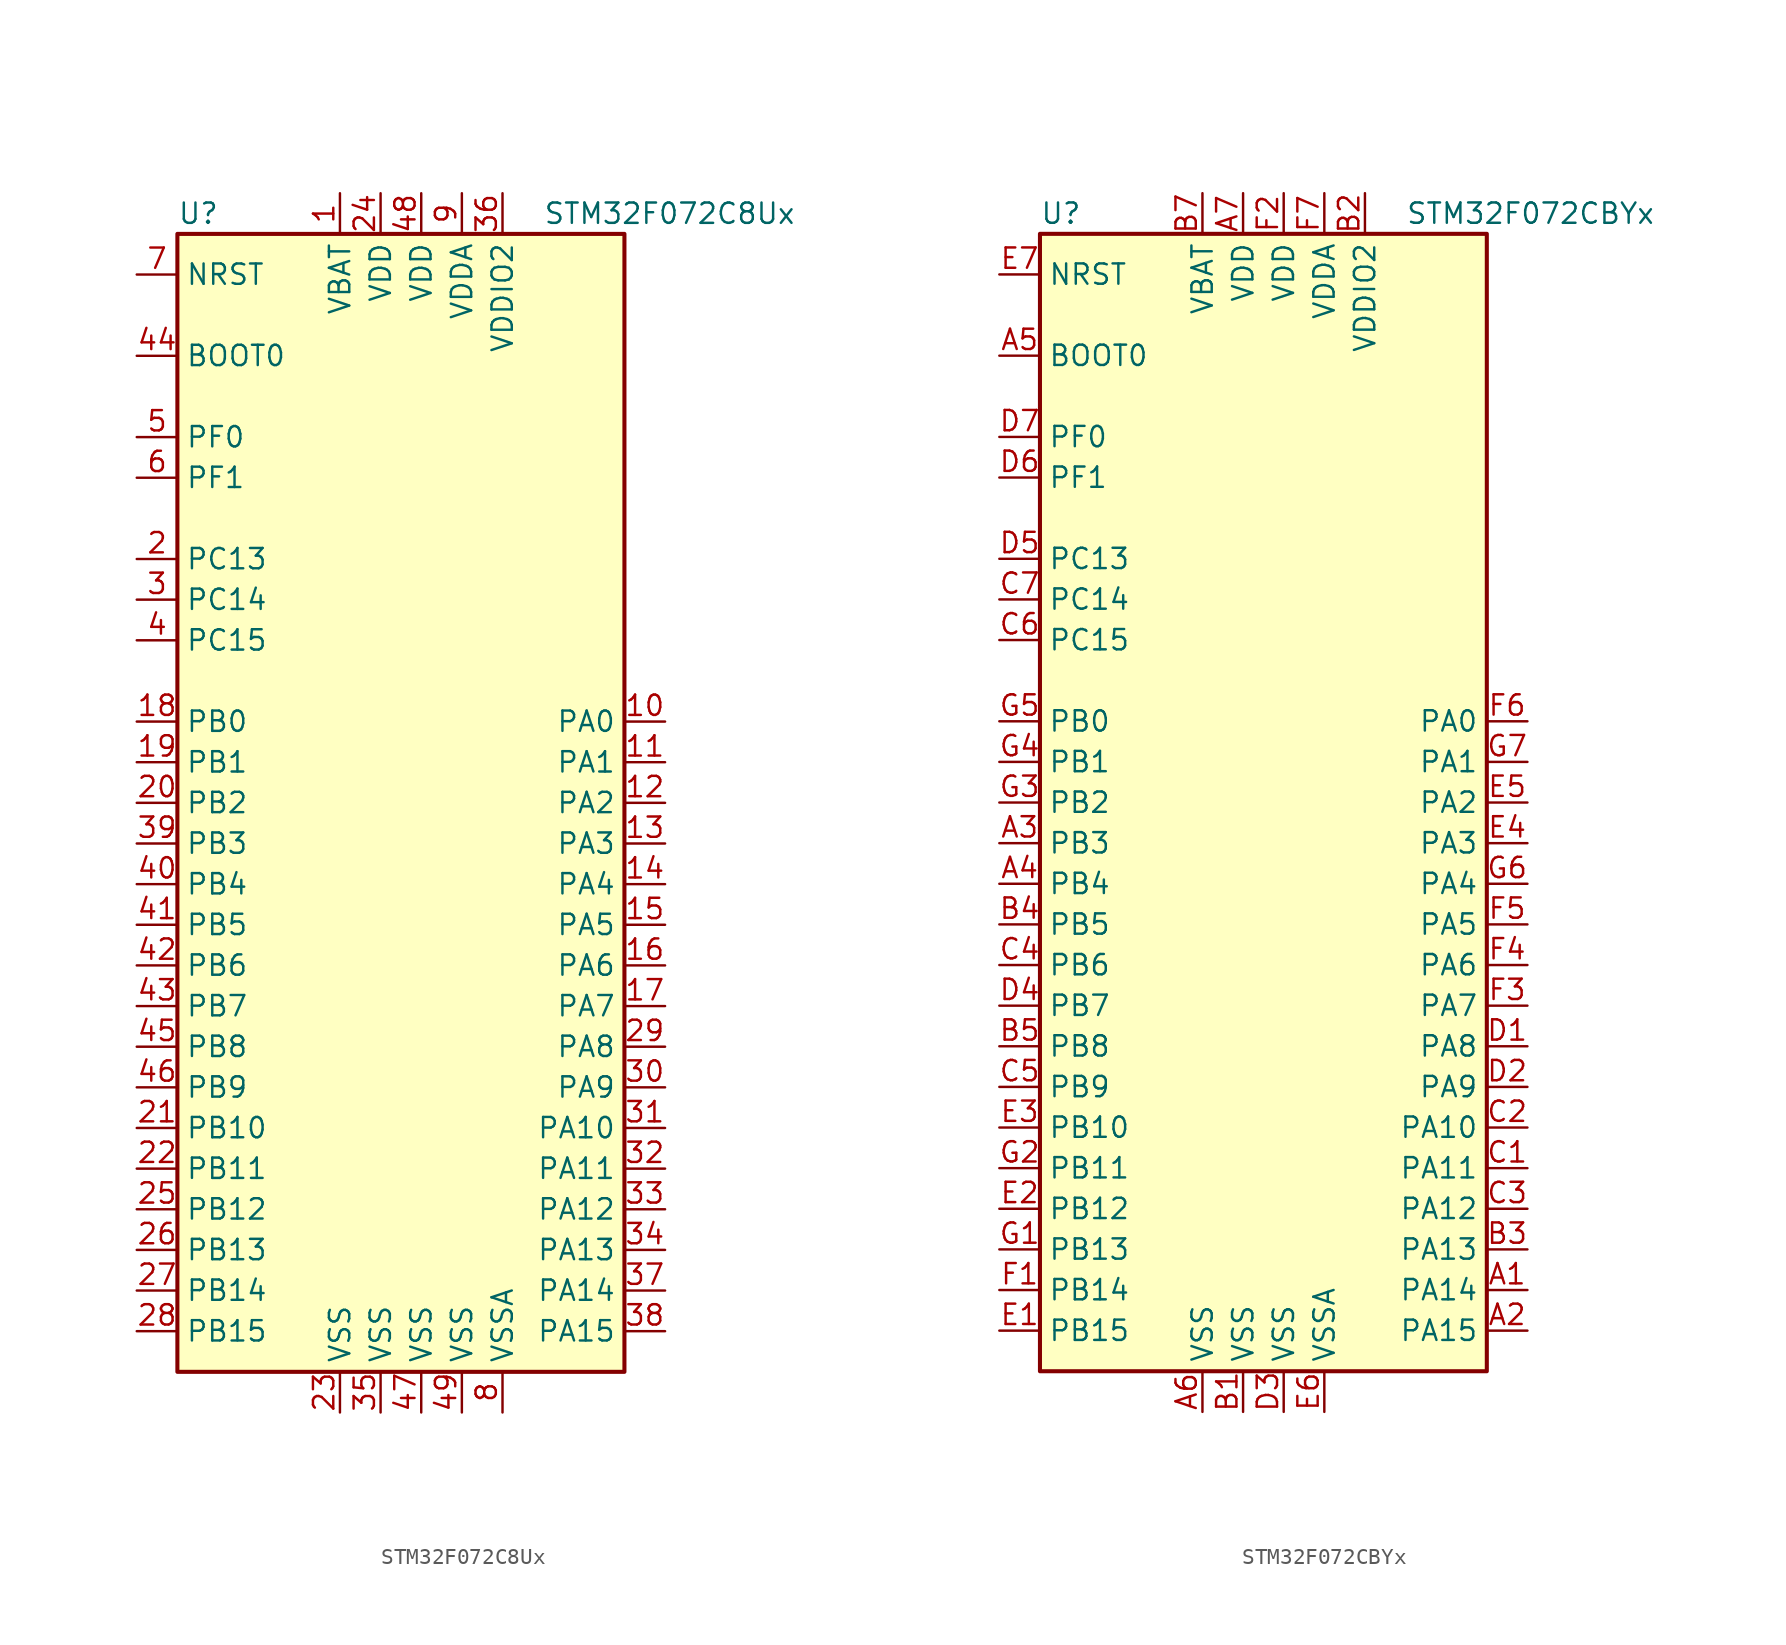
<source format=kicad_sym>
(kicad_symbol_lib
  (version 20201005)
  (generator kicad_symbol_editor)
  (symbol "STM32F072C8Ux"
    (property "Reference" "U"
      (at -15.24 36.83 0)
      (effects (font (size 1.27 1.27)) (justify left)))
    (property "Value" "STM32F072C8Ux"
      (at 7.62 36.83 0)
      (effects (font (size 1.27 1.27)) (justify left)))
    (symbol "STM32F072C8Ux_0_1"
      (rectangle (start -15.24 -35.56) (end 12.7 35.56) (stroke (width 0.254)) (fill (type background))))
    (symbol "STM32F072C8Ux_1_1"
      (pin power_in line (at -5.08 38.1 270) (length 2.54) (name "VBAT" (effects (font (size 1.27 1.27)))) (number "1" (effects (font (size 1.27 1.27)))))
      (pin bidirectional line (at 15.24 5.08 180) (length 2.54) (name "PA0" (effects (font (size 1.27 1.27)))) (number "10" (effects (font (size 1.27 1.27)))))
      (pin bidirectional line (at 15.24 2.54 180) (length 2.54) (name "PA1" (effects (font (size 1.27 1.27)))) (number "11" (effects (font (size 1.27 1.27)))))
      (pin bidirectional line (at 15.24 0 180) (length 2.54) (name "PA2" (effects (font (size 1.27 1.27)))) (number "12" (effects (font (size 1.27 1.27)))))
      (pin bidirectional line (at 15.24 -2.54 180) (length 2.54) (name "PA3" (effects (font (size 1.27 1.27)))) (number "13" (effects (font (size 1.27 1.27)))))
      (pin bidirectional line (at 15.24 -5.08 180) (length 2.54) (name "PA4" (effects (font (size 1.27 1.27)))) (number "14" (effects (font (size 1.27 1.27)))))
      (pin bidirectional line (at 15.24 -7.62 180) (length 2.54) (name "PA5" (effects (font (size 1.27 1.27)))) (number "15" (effects (font (size 1.27 1.27)))))
      (pin bidirectional line (at 15.24 -10.16 180) (length 2.54) (name "PA6" (effects (font (size 1.27 1.27)))) (number "16" (effects (font (size 1.27 1.27)))))
      (pin bidirectional line (at 15.24 -12.7 180) (length 2.54) (name "PA7" (effects (font (size 1.27 1.27)))) (number "17" (effects (font (size 1.27 1.27)))))
      (pin bidirectional line (at -17.78 5.08 0) (length 2.54) (name "PB0" (effects (font (size 1.27 1.27)))) (number "18" (effects (font (size 1.27 1.27)))))
      (pin bidirectional line (at -17.78 2.54 0) (length 2.54) (name "PB1" (effects (font (size 1.27 1.27)))) (number "19" (effects (font (size 1.27 1.27)))))
      (pin bidirectional line (at -17.78 15.24 0) (length 2.54) (name "PC13" (effects (font (size 1.27 1.27)))) (number "2" (effects (font (size 1.27 1.27)))))
      (pin bidirectional line (at -17.78 0 0) (length 2.54) (name "PB2" (effects (font (size 1.27 1.27)))) (number "20" (effects (font (size 1.27 1.27)))))
      (pin bidirectional line (at -17.78 -20.32 0) (length 2.54) (name "PB10" (effects (font (size 1.27 1.27)))) (number "21" (effects (font (size 1.27 1.27)))))
      (pin bidirectional line (at -17.78 -22.86 0) (length 2.54) (name "PB11" (effects (font (size 1.27 1.27)))) (number "22" (effects (font (size 1.27 1.27)))))
      (pin power_in line (at -5.08 -38.1 90) (length 2.54) (name "VSS" (effects (font (size 1.27 1.27)))) (number "23" (effects (font (size 1.27 1.27)))))
      (pin power_in line (at -2.54 38.1 270) (length 2.54) (name "VDD" (effects (font (size 1.27 1.27)))) (number "24" (effects (font (size 1.27 1.27)))))
      (pin bidirectional line (at -17.78 -25.4 0) (length 2.54) (name "PB12" (effects (font (size 1.27 1.27)))) (number "25" (effects (font (size 1.27 1.27)))))
      (pin bidirectional line (at -17.78 -27.94 0) (length 2.54) (name "PB13" (effects (font (size 1.27 1.27)))) (number "26" (effects (font (size 1.27 1.27)))))
      (pin bidirectional line (at -17.78 -30.48 0) (length 2.54) (name "PB14" (effects (font (size 1.27 1.27)))) (number "27" (effects (font (size 1.27 1.27)))))
      (pin bidirectional line (at -17.78 -33.02 0) (length 2.54) (name "PB15" (effects (font (size 1.27 1.27)))) (number "28" (effects (font (size 1.27 1.27)))))
      (pin bidirectional line (at 15.24 -15.24 180) (length 2.54) (name "PA8" (effects (font (size 1.27 1.27)))) (number "29" (effects (font (size 1.27 1.27)))))
      (pin bidirectional line (at -17.78 12.7 0) (length 2.54) (name "PC14" (effects (font (size 1.27 1.27)))) (number "3" (effects (font (size 1.27 1.27)))))
      (pin bidirectional line (at 15.24 -17.78 180) (length 2.54) (name "PA9" (effects (font (size 1.27 1.27)))) (number "30" (effects (font (size 1.27 1.27)))))
      (pin bidirectional line (at 15.24 -20.32 180) (length 2.54) (name "PA10" (effects (font (size 1.27 1.27)))) (number "31" (effects (font (size 1.27 1.27)))))
      (pin bidirectional line (at 15.24 -22.86 180) (length 2.54) (name "PA11" (effects (font (size 1.27 1.27)))) (number "32" (effects (font (size 1.27 1.27)))))
      (pin bidirectional line (at 15.24 -25.4 180) (length 2.54) (name "PA12" (effects (font (size 1.27 1.27)))) (number "33" (effects (font (size 1.27 1.27)))))
      (pin bidirectional line (at 15.24 -27.94 180) (length 2.54) (name "PA13" (effects (font (size 1.27 1.27)))) (number "34" (effects (font (size 1.27 1.27)))))
      (pin power_in line (at -2.54 -38.1 90) (length 2.54) (name "VSS" (effects (font (size 1.27 1.27)))) (number "35" (effects (font (size 1.27 1.27)))))
      (pin power_in line (at 5.08 38.1 270) (length 2.54) (name "VDDIO2" (effects (font (size 1.27 1.27)))) (number "36" (effects (font (size 1.27 1.27)))))
      (pin bidirectional line (at 15.24 -30.48 180) (length 2.54) (name "PA14" (effects (font (size 1.27 1.27)))) (number "37" (effects (font (size 1.27 1.27)))))
      (pin bidirectional line (at 15.24 -33.02 180) (length 2.54) (name "PA15" (effects (font (size 1.27 1.27)))) (number "38" (effects (font (size 1.27 1.27)))))
      (pin bidirectional line (at -17.78 -2.54 0) (length 2.54) (name "PB3" (effects (font (size 1.27 1.27)))) (number "39" (effects (font (size 1.27 1.27)))))
      (pin bidirectional line (at -17.78 10.16 0) (length 2.54) (name "PC15" (effects (font (size 1.27 1.27)))) (number "4" (effects (font (size 1.27 1.27)))))
      (pin bidirectional line (at -17.78 -5.08 0) (length 2.54) (name "PB4" (effects (font (size 1.27 1.27)))) (number "40" (effects (font (size 1.27 1.27)))))
      (pin bidirectional line (at -17.78 -7.62 0) (length 2.54) (name "PB5" (effects (font (size 1.27 1.27)))) (number "41" (effects (font (size 1.27 1.27)))))
      (pin bidirectional line (at -17.78 -10.16 0) (length 2.54) (name "PB6" (effects (font (size 1.27 1.27)))) (number "42" (effects (font (size 1.27 1.27)))))
      (pin bidirectional line (at -17.78 -12.7 0) (length 2.54) (name "PB7" (effects (font (size 1.27 1.27)))) (number "43" (effects (font (size 1.27 1.27)))))
      (pin input line (at -17.78 27.94 0) (length 2.54) (name "BOOT0" (effects (font (size 1.27 1.27)))) (number "44" (effects (font (size 1.27 1.27)))))
      (pin bidirectional line (at -17.78 -15.24 0) (length 2.54) (name "PB8" (effects (font (size 1.27 1.27)))) (number "45" (effects (font (size 1.27 1.27)))))
      (pin bidirectional line (at -17.78 -17.78 0) (length 2.54) (name "PB9" (effects (font (size 1.27 1.27)))) (number "46" (effects (font (size 1.27 1.27)))))
      (pin power_in line (at 0 -38.1 90) (length 2.54) (name "VSS" (effects (font (size 1.27 1.27)))) (number "47" (effects (font (size 1.27 1.27)))))
      (pin power_in line (at 0 38.1 270) (length 2.54) (name "VDD" (effects (font (size 1.27 1.27)))) (number "48" (effects (font (size 1.27 1.27)))))
      (pin power_in line (at 2.54 -38.1 90) (length 2.54) (name "VSS" (effects (font (size 1.27 1.27)))) (number "49" (effects (font (size 1.27 1.27)))))
      (pin input line (at -17.78 22.86 0) (length 2.54) (name "PF0" (effects (font (size 1.27 1.27)))) (number "5" (effects (font (size 1.27 1.27)))))
      (pin input line (at -17.78 20.32 0) (length 2.54) (name "PF1" (effects (font (size 1.27 1.27)))) (number "6" (effects (font (size 1.27 1.27)))))
      (pin input line (at -17.78 33.02 0) (length 2.54) (name "NRST" (effects (font (size 1.27 1.27)))) (number "7" (effects (font (size 1.27 1.27)))))
      (pin power_in line (at 5.08 -38.1 90) (length 2.54) (name "VSSA" (effects (font (size 1.27 1.27)))) (number "8" (effects (font (size 1.27 1.27)))))
      (pin power_in line (at 2.54 38.1 270) (length 2.54) (name "VDDA" (effects (font (size 1.27 1.27)))) (number "9" (effects (font (size 1.27 1.27)))))))
  (symbol "STM32F072CBYx"
    (property "Reference" "U"
      (at -15.24 36.83 0)
      (effects (font (size 1.27 1.27)) (justify left)))
    (property "Value" "STM32F072CBYx"
      (at 7.62 36.83 0)
      (effects (font (size 1.27 1.27)) (justify left)))
    (symbol "STM32F072CBYx_0_1"
      (rectangle (start -15.24 -35.56) (end 12.7 35.56) (stroke (width 0.254)) (fill (type background))))
    (symbol "STM32F072CBYx_1_1"
      (pin bidirectional line (at 15.24 -30.48 180) (length 2.54) (name "PA14" (effects (font (size 1.27 1.27)))) (number "A1" (effects (font (size 1.27 1.27)))))
      (pin bidirectional line (at 15.24 -33.02 180) (length 2.54) (name "PA15" (effects (font (size 1.27 1.27)))) (number "A2" (effects (font (size 1.27 1.27)))))
      (pin bidirectional line (at -17.78 -2.54 0) (length 2.54) (name "PB3" (effects (font (size 1.27 1.27)))) (number "A3" (effects (font (size 1.27 1.27)))))
      (pin bidirectional line (at -17.78 -5.08 0) (length 2.54) (name "PB4" (effects (font (size 1.27 1.27)))) (number "A4" (effects (font (size 1.27 1.27)))))
      (pin input line (at -17.78 27.94 0) (length 2.54) (name "BOOT0" (effects (font (size 1.27 1.27)))) (number "A5" (effects (font (size 1.27 1.27)))))
      (pin power_in line (at -5.08 -38.1 90) (length 2.54) (name "VSS" (effects (font (size 1.27 1.27)))) (number "A6" (effects (font (size 1.27 1.27)))))
      (pin power_in line (at -2.54 38.1 270) (length 2.54) (name "VDD" (effects (font (size 1.27 1.27)))) (number "A7" (effects (font (size 1.27 1.27)))))
      (pin power_in line (at -2.54 -38.1 90) (length 2.54) (name "VSS" (effects (font (size 1.27 1.27)))) (number "B1" (effects (font (size 1.27 1.27)))))
      (pin power_in line (at 5.08 38.1 270) (length 2.54) (name "VDDIO2" (effects (font (size 1.27 1.27)))) (number "B2" (effects (font (size 1.27 1.27)))))
      (pin bidirectional line (at 15.24 -27.94 180) (length 2.54) (name "PA13" (effects (font (size 1.27 1.27)))) (number "B3" (effects (font (size 1.27 1.27)))))
      (pin bidirectional line (at -17.78 -7.62 0) (length 2.54) (name "PB5" (effects (font (size 1.27 1.27)))) (number "B4" (effects (font (size 1.27 1.27)))))
      (pin bidirectional line (at -17.78 -15.24 0) (length 2.54) (name "PB8" (effects (font (size 1.27 1.27)))) (number "B5" (effects (font (size 1.27 1.27)))))
      (pin no_connect line (at -15.24 -33.02 0) (length 2.54) hide (name "NC" (effects (font (size 1.27 1.27)))) (number "B6" (effects (font (size 1.27 1.27)))))
      (pin power_in line (at -5.08 38.1 270) (length 2.54) (name "VBAT" (effects (font (size 1.27 1.27)))) (number "B7" (effects (font (size 1.27 1.27)))))
      (pin bidirectional line (at 15.24 -22.86 180) (length 2.54) (name "PA11" (effects (font (size 1.27 1.27)))) (number "C1" (effects (font (size 1.27 1.27)))))
      (pin bidirectional line (at 15.24 -20.32 180) (length 2.54) (name "PA10" (effects (font (size 1.27 1.27)))) (number "C2" (effects (font (size 1.27 1.27)))))
      (pin bidirectional line (at 15.24 -25.4 180) (length 2.54) (name "PA12" (effects (font (size 1.27 1.27)))) (number "C3" (effects (font (size 1.27 1.27)))))
      (pin bidirectional line (at -17.78 -10.16 0) (length 2.54) (name "PB6" (effects (font (size 1.27 1.27)))) (number "C4" (effects (font (size 1.27 1.27)))))
      (pin bidirectional line (at -17.78 -17.78 0) (length 2.54) (name "PB9" (effects (font (size 1.27 1.27)))) (number "C5" (effects (font (size 1.27 1.27)))))
      (pin bidirectional line (at -17.78 10.16 0) (length 2.54) (name "PC15" (effects (font (size 1.27 1.27)))) (number "C6" (effects (font (size 1.27 1.27)))))
      (pin bidirectional line (at -17.78 12.7 0) (length 2.54) (name "PC14" (effects (font (size 1.27 1.27)))) (number "C7" (effects (font (size 1.27 1.27)))))
      (pin bidirectional line (at 15.24 -15.24 180) (length 2.54) (name "PA8" (effects (font (size 1.27 1.27)))) (number "D1" (effects (font (size 1.27 1.27)))))
      (pin bidirectional line (at 15.24 -17.78 180) (length 2.54) (name "PA9" (effects (font (size 1.27 1.27)))) (number "D2" (effects (font (size 1.27 1.27)))))
      (pin power_in line (at 0 -38.1 90) (length 2.54) (name "VSS" (effects (font (size 1.27 1.27)))) (number "D3" (effects (font (size 1.27 1.27)))))
      (pin bidirectional line (at -17.78 -12.7 0) (length 2.54) (name "PB7" (effects (font (size 1.27 1.27)))) (number "D4" (effects (font (size 1.27 1.27)))))
      (pin bidirectional line (at -17.78 15.24 0) (length 2.54) (name "PC13" (effects (font (size 1.27 1.27)))) (number "D5" (effects (font (size 1.27 1.27)))))
      (pin input line (at -17.78 20.32 0) (length 2.54) (name "PF1" (effects (font (size 1.27 1.27)))) (number "D6" (effects (font (size 1.27 1.27)))))
      (pin input line (at -17.78 22.86 0) (length 2.54) (name "PF0" (effects (font (size 1.27 1.27)))) (number "D7" (effects (font (size 1.27 1.27)))))
      (pin bidirectional line (at -17.78 -33.02 0) (length 2.54) (name "PB15" (effects (font (size 1.27 1.27)))) (number "E1" (effects (font (size 1.27 1.27)))))
      (pin bidirectional line (at -17.78 -25.4 0) (length 2.54) (name "PB12" (effects (font (size 1.27 1.27)))) (number "E2" (effects (font (size 1.27 1.27)))))
      (pin bidirectional line (at -17.78 -20.32 0) (length 2.54) (name "PB10" (effects (font (size 1.27 1.27)))) (number "E3" (effects (font (size 1.27 1.27)))))
      (pin bidirectional line (at 15.24 -2.54 180) (length 2.54) (name "PA3" (effects (font (size 1.27 1.27)))) (number "E4" (effects (font (size 1.27 1.27)))))
      (pin bidirectional line (at 15.24 0 180) (length 2.54) (name "PA2" (effects (font (size 1.27 1.27)))) (number "E5" (effects (font (size 1.27 1.27)))))
      (pin power_in line (at 2.54 -38.1 90) (length 2.54) (name "VSSA" (effects (font (size 1.27 1.27)))) (number "E6" (effects (font (size 1.27 1.27)))))
      (pin input line (at -17.78 33.02 0) (length 2.54) (name "NRST" (effects (font (size 1.27 1.27)))) (number "E7" (effects (font (size 1.27 1.27)))))
      (pin bidirectional line (at -17.78 -30.48 0) (length 2.54) (name "PB14" (effects (font (size 1.27 1.27)))) (number "F1" (effects (font (size 1.27 1.27)))))
      (pin power_in line (at 0 38.1 270) (length 2.54) (name "VDD" (effects (font (size 1.27 1.27)))) (number "F2" (effects (font (size 1.27 1.27)))))
      (pin bidirectional line (at 15.24 -12.7 180) (length 2.54) (name "PA7" (effects (font (size 1.27 1.27)))) (number "F3" (effects (font (size 1.27 1.27)))))
      (pin bidirectional line (at 15.24 -10.16 180) (length 2.54) (name "PA6" (effects (font (size 1.27 1.27)))) (number "F4" (effects (font (size 1.27 1.27)))))
      (pin bidirectional line (at 15.24 -7.62 180) (length 2.54) (name "PA5" (effects (font (size 1.27 1.27)))) (number "F5" (effects (font (size 1.27 1.27)))))
      (pin bidirectional line (at 15.24 5.08 180) (length 2.54) (name "PA0" (effects (font (size 1.27 1.27)))) (number "F6" (effects (font (size 1.27 1.27)))))
      (pin power_in line (at 2.54 38.1 270) (length 2.54) (name "VDDA" (effects (font (size 1.27 1.27)))) (number "F7" (effects (font (size 1.27 1.27)))))
      (pin bidirectional line (at -17.78 -27.94 0) (length 2.54) (name "PB13" (effects (font (size 1.27 1.27)))) (number "G1" (effects (font (size 1.27 1.27)))))
      (pin bidirectional line (at -17.78 -22.86 0) (length 2.54) (name "PB11" (effects (font (size 1.27 1.27)))) (number "G2" (effects (font (size 1.27 1.27)))))
      (pin bidirectional line (at -17.78 0 0) (length 2.54) (name "PB2" (effects (font (size 1.27 1.27)))) (number "G3" (effects (font (size 1.27 1.27)))))
      (pin bidirectional line (at -17.78 2.54 0) (length 2.54) (name "PB1" (effects (font (size 1.27 1.27)))) (number "G4" (effects (font (size 1.27 1.27)))))
      (pin bidirectional line (at -17.78 5.08 0) (length 2.54) (name "PB0" (effects (font (size 1.27 1.27)))) (number "G5" (effects (font (size 1.27 1.27)))))
      (pin bidirectional line (at 15.24 -5.08 180) (length 2.54) (name "PA4" (effects (font (size 1.27 1.27)))) (number "G6" (effects (font (size 1.27 1.27)))))
      (pin bidirectional line (at 15.24 2.54 180) (length 2.54) (name "PA1" (effects (font (size 1.27 1.27)))) (number "G7" (effects (font (size 1.27 1.27))))))))
</source>
